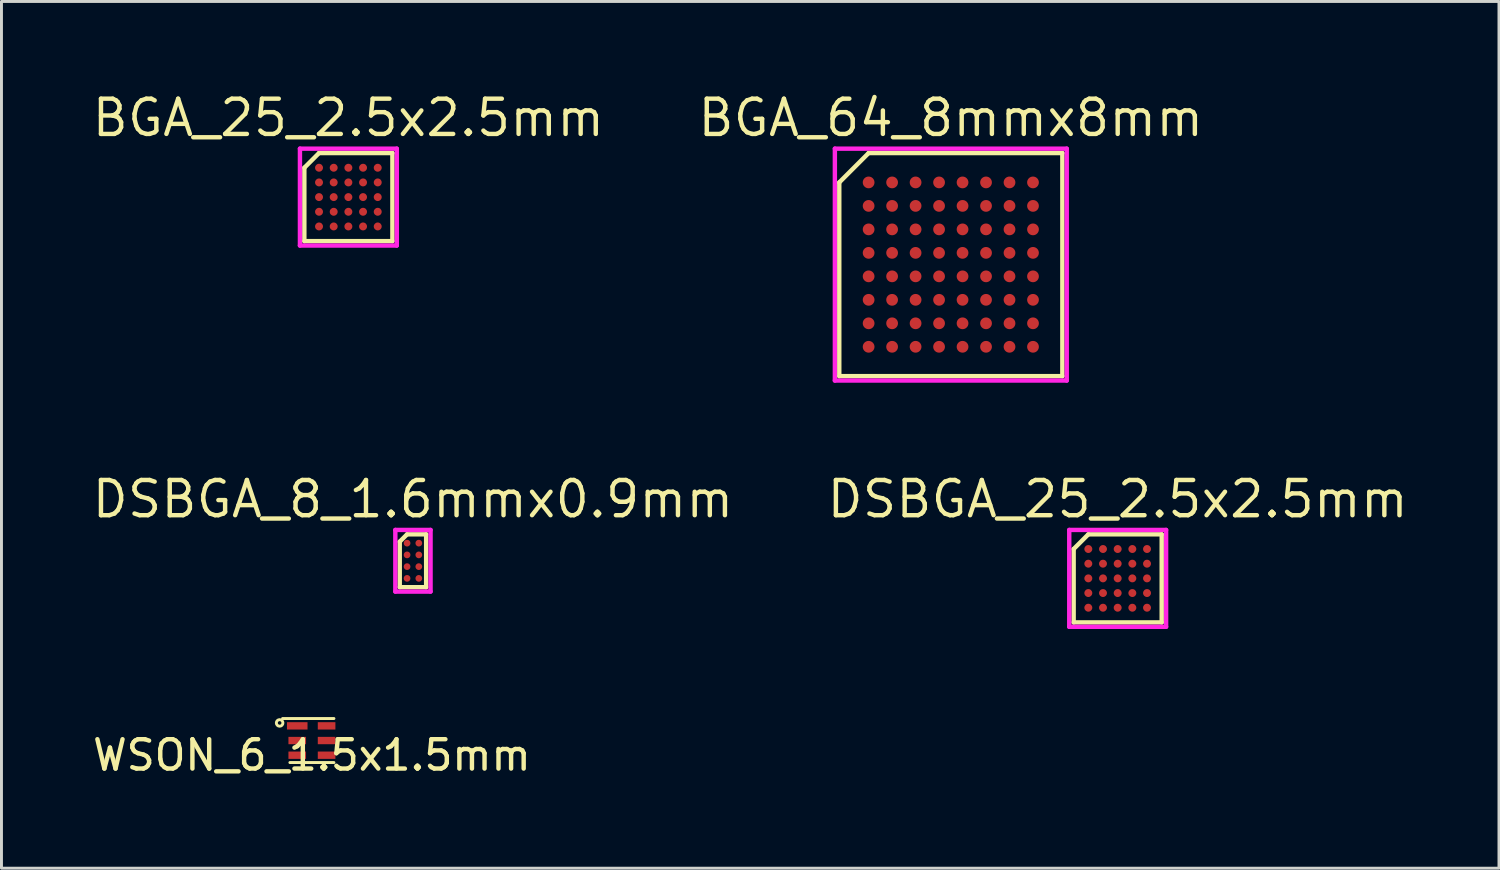
<source format=kicad_pcb>
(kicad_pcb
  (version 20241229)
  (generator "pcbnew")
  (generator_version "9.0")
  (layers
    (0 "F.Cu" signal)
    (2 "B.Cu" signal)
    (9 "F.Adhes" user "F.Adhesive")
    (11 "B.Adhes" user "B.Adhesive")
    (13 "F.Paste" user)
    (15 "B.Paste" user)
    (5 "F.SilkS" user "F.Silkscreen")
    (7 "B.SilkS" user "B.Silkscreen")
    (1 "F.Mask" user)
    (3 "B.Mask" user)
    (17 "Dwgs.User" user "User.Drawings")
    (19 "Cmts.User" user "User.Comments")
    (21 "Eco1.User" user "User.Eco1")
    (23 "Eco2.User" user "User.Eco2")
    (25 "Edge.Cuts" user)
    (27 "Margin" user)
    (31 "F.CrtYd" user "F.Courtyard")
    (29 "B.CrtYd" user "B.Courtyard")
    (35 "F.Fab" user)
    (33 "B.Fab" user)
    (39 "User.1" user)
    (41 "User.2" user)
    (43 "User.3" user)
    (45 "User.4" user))
  (footprint "DSBGA_25_2.5x2.5mm"
    (layer "F.Cu")
    (at 35.029 16.655)
    (property "Reference" "DSBGA_25_2.5x2.5mm" (at 0 -2.7 0) (layer "F.SilkS") (effects (font (size 1.2 1.2) (thickness 0.15))))
    (attr through_hole)
    (fp_line (start -1.5 -1) (end -1.5 1.5) (stroke (width 0.15) (type solid)) (layer "F.SilkS"))
    (fp_line (start -1.5 1.5) (end 1.5 1.5) (stroke (width 0.15) (type solid)) (layer "F.SilkS"))
    (fp_line (start -1 -1.5) (end -1.5 -1) (stroke (width 0.15) (type solid)) (layer "F.SilkS"))
    (fp_line (start 1.5 -1.5) (end -1 -1.5) (stroke (width 0.15) (type solid)) (layer "F.SilkS"))
    (fp_line (start 1.5 1.5) (end 1.5 -1.5) (stroke (width 0.15) (type solid)) (layer "F.SilkS"))
    (fp_line (start -1.65 -1.65) (end 1.65 -1.65) (stroke (width 0.15) (type solid)) (layer "F.CrtYd"))
    (fp_line (start -1.65 1.65) (end -1.65 -1.65) (stroke (width 0.15) (type solid)) (layer "F.CrtYd"))
    (fp_line (start 1.65 -1.65) (end 1.65 1.65) (stroke (width 0.15) (type solid)) (layer "F.CrtYd"))
    (fp_line (start 1.65 1.65) (end -1.65 1.65) (stroke (width 0.15) (type solid)) (layer "F.CrtYd"))
    (pad "A1" smd circle (at -1 -1) (size 0.27 0.27) (layers "F.Cu" "F.Mask" "F.Paste"))
    (pad "A2" smd circle (at -0.5 -1) (size 0.27 0.27) (layers "F.Cu" "F.Mask" "F.Paste"))
    (pad "A3" smd circle (at 0 -1) (size 0.27 0.27) (layers "F.Cu" "F.Mask" "F.Paste"))
    (pad "A4" smd circle (at 0.5 -1) (size 0.27 0.27) (layers "F.Cu" "F.Mask" "F.Paste"))
    (pad "A5" smd circle (at 1 -1) (size 0.27 0.27) (layers "F.Cu" "F.Mask" "F.Paste"))
    (pad "B1" smd circle (at -1 -0.5) (size 0.27 0.27) (layers "F.Cu" "F.Mask" "F.Paste"))
    (pad "B2" smd circle (at -0.5 -0.5) (size 0.27 0.27) (layers "F.Cu" "F.Mask" "F.Paste"))
    (pad "B3" smd circle (at 0 -0.5) (size 0.27 0.27) (layers "F.Cu" "F.Mask" "F.Paste"))
    (pad "B4" smd circle (at 0.5 -0.5) (size 0.27 0.27) (layers "F.Cu" "F.Mask" "F.Paste"))
    (pad "B5" smd circle (at 1 -0.5) (size 0.27 0.27) (layers "F.Cu" "F.Mask" "F.Paste"))
    (pad "C1" smd circle (at -1 0) (size 0.27 0.27) (layers "F.Cu" "F.Mask" "F.Paste"))
    (pad "C2" smd circle (at -0.5 0) (size 0.27 0.27) (layers "F.Cu" "F.Mask" "F.Paste"))
    (pad "C3" smd circle (at 0 0) (size 0.27 0.27) (layers "F.Cu" "F.Mask" "F.Paste"))
    (pad "C4" smd circle (at 0.5 0) (size 0.27 0.27) (layers "F.Cu" "F.Mask" "F.Paste"))
    (pad "C5" smd circle (at 1 0) (size 0.27 0.27) (layers "F.Cu" "F.Mask" "F.Paste"))
    (pad "D1" smd circle (at -1 0.5) (size 0.27 0.27) (layers "F.Cu" "F.Mask" "F.Paste"))
    (pad "D2" smd circle (at -0.5 0.5) (size 0.27 0.27) (layers "F.Cu" "F.Mask" "F.Paste"))
    (pad "D3" smd circle (at 0 0.5) (size 0.27 0.27) (layers "F.Cu" "F.Mask" "F.Paste"))
    (pad "D4" smd circle (at 0.5 0.5) (size 0.27 0.27) (layers "F.Cu" "F.Mask" "F.Paste"))
    (pad "D5" smd circle (at 1 0.5) (size 0.27 0.27) (layers "F.Cu" "F.Mask" "F.Paste"))
    (pad "E1" smd circle (at -1 1) (size 0.27 0.27) (layers "F.Cu" "F.Mask" "F.Paste"))
    (pad "E2" smd circle (at -0.5 1) (size 0.27 0.27) (layers "F.Cu" "F.Mask" "F.Paste"))
    (pad "E3" smd circle (at 0 1) (size 0.27 0.27) (layers "F.Cu" "F.Mask" "F.Paste"))
    (pad "E4" smd circle (at 0.5 1) (size 0.27 0.27) (layers "F.Cu" "F.Mask" "F.Paste"))
    (pad "E5" smd circle (at 1 1) (size 0.27 0.27) (layers "F.Cu" "F.Mask" "F.Paste")))
  (footprint "BGA_25_2.5x2.5mm"
    (layer "F.Cu")
    (at 8.819 3.665)
    (property "Reference" "BGA_25_2.5x2.5mm" (at 0 -2.7 0) (layer "F.SilkS") (effects (font (size 1.2 1.2) (thickness 0.15))))
    (attr through_hole)
    (fp_line (start -1.5 -1) (end -1.5 1.5) (stroke (width 0.15) (type solid)) (layer "F.SilkS"))
    (fp_line (start -1.5 1.5) (end 1.5 1.5) (stroke (width 0.15) (type solid)) (layer "F.SilkS"))
    (fp_line (start -1 -1.5) (end -1.5 -1) (stroke (width 0.15) (type solid)) (layer "F.SilkS"))
    (fp_line (start 1.5 -1.5) (end -1 -1.5) (stroke (width 0.15) (type solid)) (layer "F.SilkS"))
    (fp_line (start 1.5 1.5) (end 1.5 -1.5) (stroke (width 0.15) (type solid)) (layer "F.SilkS"))
    (fp_line (start -1.65 -1.65) (end 1.65 -1.65) (stroke (width 0.15) (type solid)) (layer "F.CrtYd"))
    (fp_line (start -1.65 1.65) (end -1.65 -1.65) (stroke (width 0.15) (type solid)) (layer "F.CrtYd"))
    (fp_line (start 1.65 -1.65) (end 1.65 1.65) (stroke (width 0.15) (type solid)) (layer "F.CrtYd"))
    (fp_line (start 1.65 1.65) (end -1.65 1.65) (stroke (width 0.15) (type solid)) (layer "F.CrtYd"))
    (pad "A1" smd circle (at -1 -1) (size 0.27 0.27) (layers "F.Cu" "F.Mask" "F.Paste"))
    (pad "A2" smd circle (at -0.5 -1) (size 0.27 0.27) (layers "F.Cu" "F.Mask" "F.Paste"))
    (pad "A3" smd circle (at 0 -1) (size 0.27 0.27) (layers "F.Cu" "F.Mask" "F.Paste"))
    (pad "A4" smd circle (at 0.5 -1) (size 0.27 0.27) (layers "F.Cu" "F.Mask" "F.Paste"))
    (pad "A5" smd circle (at 1 -1) (size 0.27 0.27) (layers "F.Cu" "F.Mask" "F.Paste"))
    (pad "B1" smd circle (at -1 -0.5) (size 0.27 0.27) (layers "F.Cu" "F.Mask" "F.Paste"))
    (pad "B2" smd circle (at -0.5 -0.5) (size 0.27 0.27) (layers "F.Cu" "F.Mask" "F.Paste"))
    (pad "B3" smd circle (at 0 -0.5) (size 0.27 0.27) (layers "F.Cu" "F.Mask" "F.Paste"))
    (pad "B4" smd circle (at 0.5 -0.5) (size 0.27 0.27) (layers "F.Cu" "F.Mask" "F.Paste"))
    (pad "B5" smd circle (at 1 -0.5) (size 0.27 0.27) (layers "F.Cu" "F.Mask" "F.Paste"))
    (pad "C1" smd circle (at -1 0) (size 0.27 0.27) (layers "F.Cu" "F.Mask" "F.Paste"))
    (pad "C2" smd circle (at -0.5 0) (size 0.27 0.27) (layers "F.Cu" "F.Mask" "F.Paste"))
    (pad "C3" smd circle (at 0 0) (size 0.27 0.27) (layers "F.Cu" "F.Mask" "F.Paste"))
    (pad "C4" smd circle (at 0.5 0) (size 0.27 0.27) (layers "F.Cu" "F.Mask" "F.Paste"))
    (pad "C5" smd circle (at 1 0) (size 0.27 0.27) (layers "F.Cu" "F.Mask" "F.Paste"))
    (pad "D1" smd circle (at -1 0.5) (size 0.27 0.27) (layers "F.Cu" "F.Mask" "F.Paste"))
    (pad "D2" smd circle (at -0.5 0.5) (size 0.27 0.27) (layers "F.Cu" "F.Mask" "F.Paste"))
    (pad "D3" smd circle (at 0 0.5) (size 0.27 0.27) (layers "F.Cu" "F.Mask" "F.Paste"))
    (pad "D4" smd circle (at 0.5 0.5) (size 0.27 0.27) (layers "F.Cu" "F.Mask" "F.Paste"))
    (pad "D5" smd circle (at 1 0.5) (size 0.27 0.27) (layers "F.Cu" "F.Mask" "F.Paste"))
    (pad "E1" smd circle (at -1 1) (size 0.27 0.27) (layers "F.Cu" "F.Mask" "F.Paste"))
    (pad "E2" smd circle (at -0.5 1) (size 0.27 0.27) (layers "F.Cu" "F.Mask" "F.Paste"))
    (pad "E3" smd circle (at 0 1) (size 0.27 0.27) (layers "F.Cu" "F.Mask" "F.Paste"))
    (pad "E4" smd circle (at 0.5 1) (size 0.27 0.27) (layers "F.Cu" "F.Mask" "F.Paste"))
    (pad "E5" smd circle (at 1 1) (size 0.27 0.27) (layers "F.Cu" "F.Mask" "F.Paste")))
  (footprint "BGA_64_8mmx8mm"
    (layer "F.Cu")
    (at 29.344 5.965)
    (property "Reference" "BGA_64_8mmx8mm" (at 0 -5 0) (layer "F.SilkS") (effects (font (size 1.2 1.2) (thickness 0.15))))
    (attr through_hole)
    (fp_line (start -3.8 -2.8) (end -3.8 3.8) (stroke (width 0.15) (type solid)) (layer "F.SilkS"))
    (fp_line (start -3.8 3.8) (end 3.8 3.8) (stroke (width 0.15) (type solid)) (layer "F.SilkS"))
    (fp_line (start -2.8 -3.8) (end -3.8 -2.8) (stroke (width 0.15) (type solid)) (layer "F.SilkS"))
    (fp_line (start 3.8 -3.8) (end -2.8 -3.8) (stroke (width 0.15) (type solid)) (layer "F.SilkS"))
    (fp_line (start 3.8 3.8) (end 3.8 -3.8) (stroke (width 0.15) (type solid)) (layer "F.SilkS"))
    (fp_line (start -3.95 -3.95) (end 3.95 -3.95) (stroke (width 0.15) (type solid)) (layer "F.CrtYd"))
    (fp_line (start -3.95 3.95) (end -3.95 -3.95) (stroke (width 0.15) (type solid)) (layer "F.CrtYd"))
    (fp_line (start 3.95 -3.95) (end 3.95 3.95) (stroke (width 0.15) (type solid)) (layer "F.CrtYd"))
    (fp_line (start 3.95 3.95) (end -3.95 3.95) (stroke (width 0.15) (type solid)) (layer "F.CrtYd"))
    (pad "A1" smd circle (at -2.8 -2.8) (size 0.4 0.4) (layers "F.Cu" "F.Mask" "F.Paste"))
    (pad "A2" smd circle (at -2 -2.8) (size 0.4 0.4) (layers "F.Cu" "F.Mask" "F.Paste"))
    (pad "A3" smd circle (at -1.2 -2.8) (size 0.4 0.4) (layers "F.Cu" "F.Mask" "F.Paste"))
    (pad "A4" smd circle (at -0.4 -2.8) (size 0.4 0.4) (layers "F.Cu" "F.Mask" "F.Paste"))
    (pad "A5" smd circle (at 0.4 -2.8) (size 0.4 0.4) (layers "F.Cu" "F.Mask" "F.Paste"))
    (pad "A6" smd circle (at 1.2 -2.8) (size 0.4 0.4) (layers "F.Cu" "F.Mask" "F.Paste"))
    (pad "A7" smd circle (at 2 -2.8) (size 0.4 0.4) (layers "F.Cu" "F.Mask" "F.Paste"))
    (pad "A8" smd circle (at 2.8 -2.8) (size 0.4 0.4) (layers "F.Cu" "F.Mask" "F.Paste"))
    (pad "B1" smd circle (at -2.8 -2) (size 0.4 0.4) (layers "F.Cu" "F.Mask" "F.Paste"))
    (pad "B2" smd circle (at -2 -2) (size 0.4 0.4) (layers "F.Cu" "F.Mask" "F.Paste"))
    (pad "B3" smd circle (at -1.2 -2) (size 0.4 0.4) (layers "F.Cu" "F.Mask" "F.Paste"))
    (pad "B4" smd circle (at -0.4 -2) (size 0.4 0.4) (layers "F.Cu" "F.Mask" "F.Paste"))
    (pad "B5" smd circle (at 0.4 -2) (size 0.4 0.4) (layers "F.Cu" "F.Mask" "F.Paste"))
    (pad "B6" smd circle (at 1.2 -2) (size 0.4 0.4) (layers "F.Cu" "F.Mask" "F.Paste"))
    (pad "B7" smd circle (at 2 -2) (size 0.4 0.4) (layers "F.Cu" "F.Mask" "F.Paste"))
    (pad "B8" smd circle (at 2.8 -2) (size 0.4 0.4) (layers "F.Cu" "F.Mask" "F.Paste"))
    (pad "C1" smd circle (at -2.8 -1.2) (size 0.4 0.4) (layers "F.Cu" "F.Mask" "F.Paste"))
    (pad "C2" smd circle (at -2 -1.2) (size 0.4 0.4) (layers "F.Cu" "F.Mask" "F.Paste"))
    (pad "C3" smd circle (at -1.2 -1.2) (size 0.4 0.4) (layers "F.Cu" "F.Mask" "F.Paste"))
    (pad "C4" smd circle (at -0.4 -1.2) (size 0.4 0.4) (layers "F.Cu" "F.Mask" "F.Paste"))
    (pad "C5" smd circle (at 0.4 -1.2) (size 0.4 0.4) (layers "F.Cu" "F.Mask" "F.Paste"))
    (pad "C6" smd circle (at 1.2 -1.2) (size 0.4 0.4) (layers "F.Cu" "F.Mask" "F.Paste"))
    (pad "C7" smd circle (at 2 -1.2) (size 0.4 0.4) (layers "F.Cu" "F.Mask" "F.Paste"))
    (pad "C8" smd circle (at 2.8 -1.2) (size 0.4 0.4) (layers "F.Cu" "F.Mask" "F.Paste"))
    (pad "D1" smd circle (at -2.8 -0.4) (size 0.4 0.4) (layers "F.Cu" "F.Mask" "F.Paste"))
    (pad "D2" smd circle (at -2 -0.4) (size 0.4 0.4) (layers "F.Cu" "F.Mask" "F.Paste"))
    (pad "D3" smd circle (at -1.2 -0.4) (size 0.4 0.4) (layers "F.Cu" "F.Mask" "F.Paste"))
    (pad "D4" smd circle (at -0.4 -0.4) (size 0.4 0.4) (layers "F.Cu" "F.Mask" "F.Paste"))
    (pad "D5" smd circle (at 0.4 -0.4) (size 0.4 0.4) (layers "F.Cu" "F.Mask" "F.Paste"))
    (pad "D6" smd circle (at 1.2 -0.4) (size 0.4 0.4) (layers "F.Cu" "F.Mask" "F.Paste"))
    (pad "D7" smd circle (at 2 -0.4) (size 0.4 0.4) (layers "F.Cu" "F.Mask" "F.Paste"))
    (pad "D8" smd circle (at 2.8 -0.4) (size 0.4 0.4) (layers "F.Cu" "F.Mask" "F.Paste"))
    (pad "E1" smd circle (at -2.8 0.4) (size 0.4 0.4) (layers "F.Cu" "F.Mask" "F.Paste"))
    (pad "E2" smd circle (at -2 0.4) (size 0.4 0.4) (layers "F.Cu" "F.Mask" "F.Paste"))
    (pad "E3" smd circle (at -1.2 0.4) (size 0.4 0.4) (layers "F.Cu" "F.Mask" "F.Paste"))
    (pad "E4" smd circle (at -0.4 0.4) (size 0.4 0.4) (layers "F.Cu" "F.Mask" "F.Paste"))
    (pad "E5" smd circle (at 0.4 0.4) (size 0.4 0.4) (layers "F.Cu" "F.Mask" "F.Paste"))
    (pad "E6" smd circle (at 1.2 0.4) (size 0.4 0.4) (layers "F.Cu" "F.Mask" "F.Paste"))
    (pad "E7" smd circle (at 2 0.4) (size 0.4 0.4) (layers "F.Cu" "F.Mask" "F.Paste"))
    (pad "E8" smd circle (at 2.8 0.4) (size 0.4 0.4) (layers "F.Cu" "F.Mask" "F.Paste"))
    (pad "F1" smd circle (at -2.8 1.2) (size 0.4 0.4) (layers "F.Cu" "F.Mask" "F.Paste"))
    (pad "F2" smd circle (at -2 1.2) (size 0.4 0.4) (layers "F.Cu" "F.Mask" "F.Paste"))
    (pad "F3" smd circle (at -1.2 1.2) (size 0.4 0.4) (layers "F.Cu" "F.Mask" "F.Paste"))
    (pad "F4" smd circle (at -0.4 1.2) (size 0.4 0.4) (layers "F.Cu" "F.Mask" "F.Paste"))
    (pad "F5" smd circle (at 0.4 1.2) (size 0.4 0.4) (layers "F.Cu" "F.Mask" "F.Paste"))
    (pad "F6" smd circle (at 1.2 1.2) (size 0.4 0.4) (layers "F.Cu" "F.Mask" "F.Paste"))
    (pad "F7" smd circle (at 2 1.2) (size 0.4 0.4) (layers "F.Cu" "F.Mask" "F.Paste"))
    (pad "F8" smd circle (at 2.8 1.2) (size 0.4 0.4) (layers "F.Cu" "F.Mask" "F.Paste"))
    (pad "G1" smd circle (at -2.8 2) (size 0.4 0.4) (layers "F.Cu" "F.Mask" "F.Paste"))
    (pad "G2" smd circle (at -2 2) (size 0.4 0.4) (layers "F.Cu" "F.Mask" "F.Paste"))
    (pad "G3" smd circle (at -1.2 2) (size 0.4 0.4) (layers "F.Cu" "F.Mask" "F.Paste"))
    (pad "G4" smd circle (at -0.4 2) (size 0.4 0.4) (layers "F.Cu" "F.Mask" "F.Paste"))
    (pad "G5" smd circle (at 0.4 2) (size 0.4 0.4) (layers "F.Cu" "F.Mask" "F.Paste"))
    (pad "G6" smd circle (at 1.2 2) (size 0.4 0.4) (layers "F.Cu" "F.Mask" "F.Paste"))
    (pad "G7" smd circle (at 2 2) (size 0.4 0.4) (layers "F.Cu" "F.Mask" "F.Paste"))
    (pad "G8" smd circle (at 2.8 2) (size 0.4 0.4) (layers "F.Cu" "F.Mask" "F.Paste"))
    (pad "H1" smd circle (at -2.8 2.8) (size 0.4 0.4) (layers "F.Cu" "F.Mask" "F.Paste"))
    (pad "H2" smd circle (at -2 2.8) (size 0.4 0.4) (layers "F.Cu" "F.Mask" "F.Paste"))
    (pad "H3" smd circle (at -1.2 2.8) (size 0.4 0.4) (layers "F.Cu" "F.Mask" "F.Paste"))
    (pad "H4" smd circle (at -0.4 2.8) (size 0.4 0.4) (layers "F.Cu" "F.Mask" "F.Paste"))
    (pad "H5" smd circle (at 0.4 2.8) (size 0.4 0.4) (layers "F.Cu" "F.Mask" "F.Paste"))
    (pad "H6" smd circle (at 1.2 2.8) (size 0.4 0.4) (layers "F.Cu" "F.Mask" "F.Paste"))
    (pad "H7" smd circle (at 2 2.8) (size 0.4 0.4) (layers "F.Cu" "F.Mask" "F.Paste"))
    (pad "H8" smd circle (at 2.8 2.8) (size 0.4 0.4) (layers "F.Cu" "F.Mask" "F.Paste")))
  (footprint "DSBGA_8_1.6mmx0.9mm"
    (layer "F.Cu")
    (at 11.019 16.055)
    (property "Reference" "DSBGA_8_1.6mmx0.9mm" (at 0 -2.1 0) (layer "F.SilkS") (effects (font (size 1.2 1.2) (thickness 0.15))))
    (attr through_hole)
    (fp_line (start -0.45 -0.65) (end -0.45 0.9) (stroke (width 0.15) (type solid)) (layer "F.SilkS"))
    (fp_line (start -0.45 0.9) (end 0.45 0.9) (stroke (width 0.15) (type solid)) (layer "F.SilkS"))
    (fp_line (start -0.2 -0.9) (end -0.45 -0.65) (stroke (width 0.15) (type solid)) (layer "F.SilkS"))
    (fp_line (start 0.45 -0.9) (end -0.2 -0.9) (stroke (width 0.15) (type solid)) (layer "F.SilkS"))
    (fp_line (start 0.45 0.9) (end 0.45 -0.9) (stroke (width 0.15) (type solid)) (layer "F.SilkS"))
    (fp_line (start -0.6 -1.05) (end 0.6 -1.05) (stroke (width 0.15) (type solid)) (layer "F.CrtYd"))
    (fp_line (start -0.6 1.05) (end -0.6 -1.05) (stroke (width 0.15) (type solid)) (layer "F.CrtYd"))
    (fp_line (start 0.6 -1.05) (end 0.6 1.05) (stroke (width 0.15) (type solid)) (layer "F.CrtYd"))
    (fp_line (start 0.6 1.05) (end -0.6 1.05) (stroke (width 0.15) (type solid)) (layer "F.CrtYd"))
    (pad "A1" smd circle (at -0.2 -0.6) (size 0.23 0.23) (layers "F.Cu" "F.Mask" "F.Paste"))
    (pad "A2" smd circle (at 0.2 -0.6) (size 0.23 0.23) (layers "F.Cu" "F.Mask" "F.Paste"))
    (pad "B1" smd circle (at -0.2 -0.2) (size 0.23 0.23) (layers "F.Cu" "F.Mask" "F.Paste"))
    (pad "B2" smd circle (at 0.2 -0.2) (size 0.23 0.23) (layers "F.Cu" "F.Mask" "F.Paste"))
    (pad "C1" smd circle (at -0.2 0.2) (size 0.23 0.23) (layers "F.Cu" "F.Mask" "F.Paste"))
    (pad "C2" smd circle (at 0.2 0.2) (size 0.23 0.23) (layers "F.Cu" "F.Mask" "F.Paste"))
    (pad "D1" smd circle (at -0.2 0.6) (size 0.23 0.23) (layers "F.Cu" "F.Mask" "F.Paste"))
    (pad "D2" smd circle (at 0.2 0.6) (size 0.23 0.23) (layers "F.Cu" "F.Mask" "F.Paste")))
  (footprint "WSON_6_1.5x1.5mm"
    (layer "F.Cu")
    (at 7.577 22.18)
    (property "Reference" "WSON_6_1.5x1.5mm" (at 0 0.5 0) (layer "F.SilkS") (effects (font (size 1 1) (thickness 0.15))))
    (attr through_hole)
    (fp_line (start 0.75 -0.75) (end -1 -0.75) (stroke (width 0.1) (type solid)) (layer "F.SilkS"))
    (fp_line (start 0.75 0.75) (end -0.75 0.75) (stroke (width 0.1) (type solid)) (layer "F.SilkS"))
    (fp_circle (center -1.1 -0.6) (end -1 -0.55) (stroke (width 0.1) (type solid)) (fill no) (layer "F.SilkS"))
    (pad "1" smd rect (at -0.5 -0.5) (size 0.7 0.25) (layers "F.Cu" "F.Mask"))
    (pad "2" smd rect (at -0.5 0) (size 0.6 0.25) (layers "F.Cu" "F.Mask"))
    (pad "3" smd rect (at -0.5 0.5) (size 0.6 0.25) (layers "F.Cu" "F.Mask"))
    (pad "4" smd rect (at 0.5 0.5) (size 0.6 0.25) (layers "F.Cu" "F.Mask"))
    (pad "5" smd rect (at 0.5 0) (size 0.6 0.25) (layers "F.Cu" "F.Mask"))
    (pad "6" smd rect (at 0.5 -0.5) (size 0.6 0.25) (layers "F.Cu" "F.Mask")))
  (gr_rect
    (start -3 -3)
    (end 48.02 26.529)
    (stroke (width 0.1) (type default))
    (fill no)
    (layer "Edge.Cuts")))
</source>
